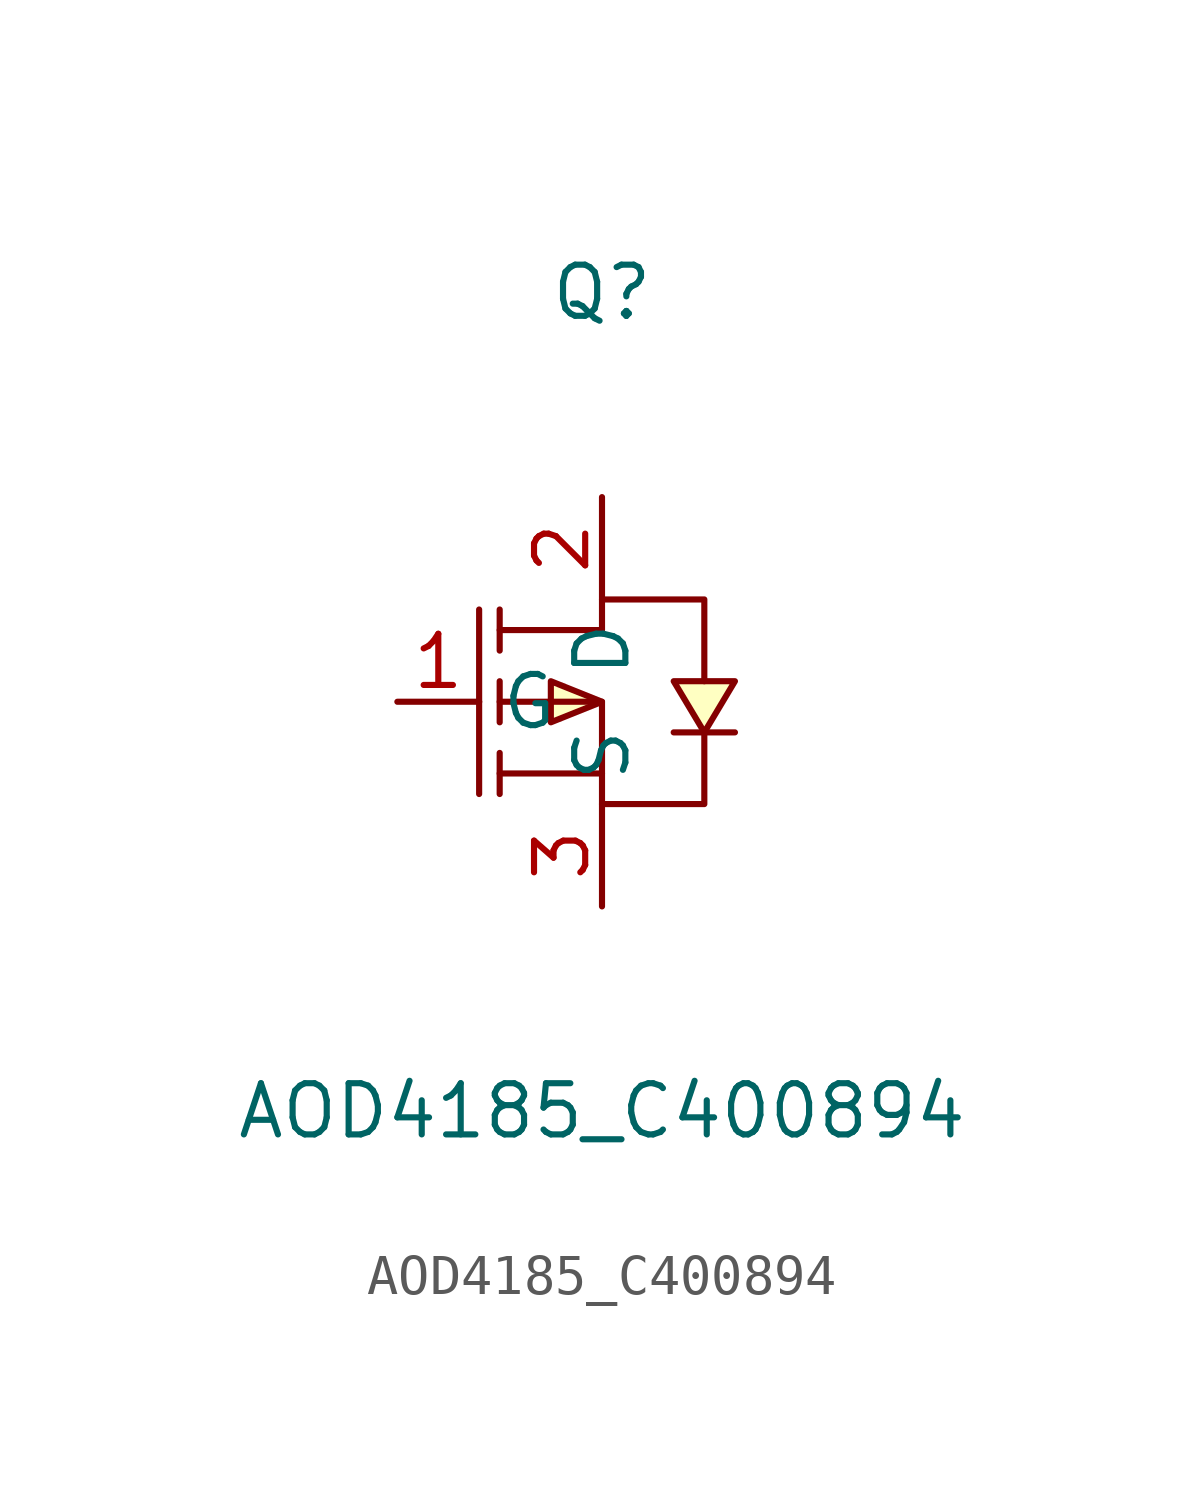
<source format=kicad_sym>
(kicad_symbol_lib
  (version 20211014)
  (generator https://github.com/uPesy/easyeda2kicad.py)
  (symbol "AOD4185_C400894"
    (property "Reference" "Q"
      (at 0 10.16 0)
      (effects (font (size 1.27 1.27))))
    (property "Value" "AOD4185_C400894"
      (at 0 -10.16 0)
      (effects (font (size 1.27 1.27))))
    (symbol "AOD4185_C400894_0_1"
      (polyline (pts (xy 3.30 -0.76) (xy 3.05 -0.76) (xy 2.03 -0.76) (xy 1.78 -0.76)) (stroke (width 0) (type default) (color 0 0 0 0)) (fill (type none)))
      (polyline (pts (xy -2.54 -2.29) (xy -2.54 -1.27)) (stroke (width 0) (type default) (color 0 0 0 0)) (fill (type none)))
      (polyline (pts (xy -2.54 -0.51) (xy -2.54 0.51)) (stroke (width 0) (type default) (color 0 0 0 0)) (fill (type none)))
      (polyline (pts (xy -2.54 2.29) (xy -2.54 1.27)) (stroke (width 0) (type default) (color 0 0 0 0)) (fill (type none)))
      (polyline (pts (xy -3.05 2.29) (xy -3.05 -2.29)) (stroke (width 0) (type default) (color 0 0 0 0)) (fill (type none)))
      (polyline (pts (xy 0.00 -1.78) (xy -2.54 -1.78)) (stroke (width 0) (type default) (color 0 0 0 0)) (fill (type none)))
      (polyline (pts (xy -2.54 -0.00) (xy 0.00 -0.00) (xy 0.00 -2.54) (xy 2.54 -2.54) (xy 2.54 -0.76)) (stroke (width 0) (type default) (color 0 0 0 0)) (fill (type none)))
      (polyline (pts (xy -2.54 1.78) (xy 0.00 1.78) (xy 0.00 2.54) (xy 2.54 2.54) (xy 2.54 0.51)) (stroke (width 0) (type default) (color 0 0 0 0)) (fill (type none)))
      (polyline (pts (xy 2.54 -0.76) (xy 1.78 0.51) (xy 3.30 0.51) (xy 2.54 -0.76)) (stroke (width 0) (type default) (color 0 0 0 0)) (fill (type background)))
      (polyline (pts (xy 0.00 -0.00) (xy -1.27 -0.51) (xy -1.27 0.51) (xy 0.00 -0.00)) (stroke (width 0) (type default) (color 0 0 0 0)) (fill (type background)))
      (pin unspecified line (at 0.00 -5.08 90) (length 2.54) (name "S" (effects (font (size 1.27 1.27)))) (number "3" (effects (font (size 1.27 1.27)))))
      (pin unspecified line (at -5.08 -0.00 0) (length 2.032) (name "G" (effects (font (size 1.27 1.27)))) (number "1" (effects (font (size 1.27 1.27)))))
      (pin unspecified line (at 0.00 5.08 270) (length 2.54) (name "D" (effects (font (size 1.27 1.27)))) (number "2" (effects (font (size 1.27 1.27))))))))
</source>
